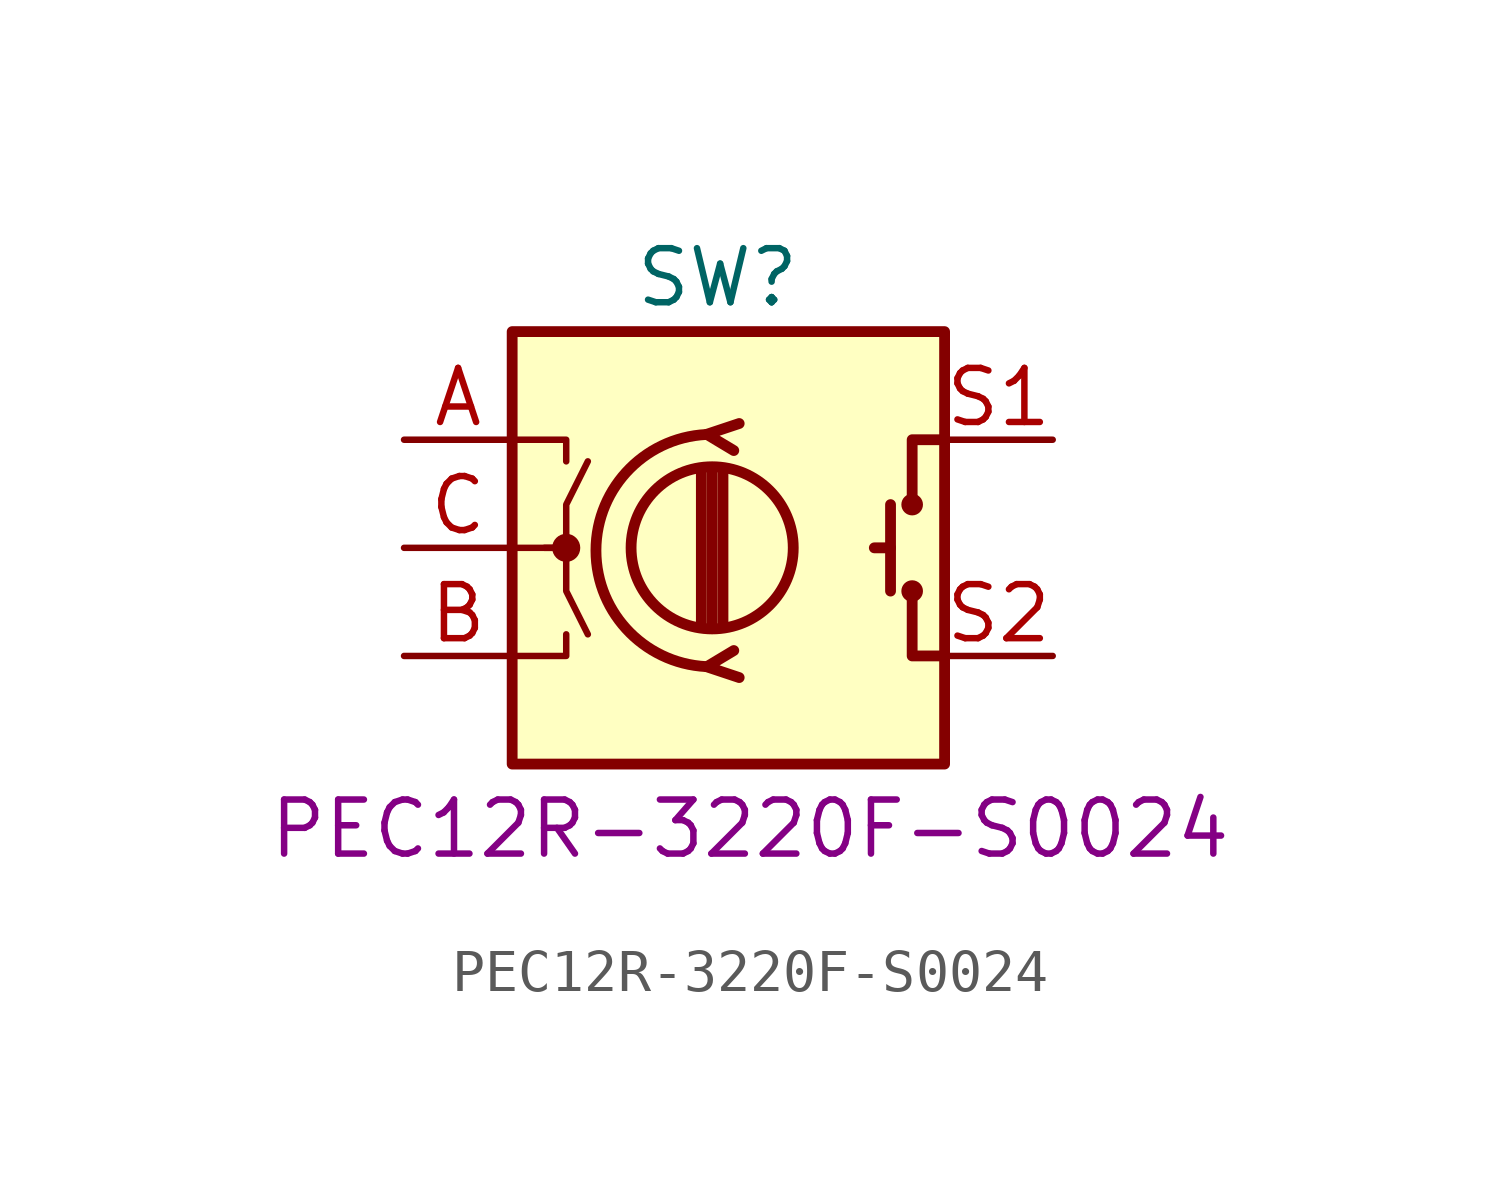
<source format=kicad_sym>
(kicad_symbol_lib
  (version 20231120)
  (generator "kicad_symbol_editor")
  (generator_version "8.0")
  (symbol "PEC12R-3220F-S0024"
    (pin_names hide)
    (property "Reference" "SW"
      (at 7.366 3.81 0)
      (effects (font (size 1.27 1.27))))
    (property "MPN" "PEC12R-3220F-S0024"
      (at 8.128 -9.144 0)
      (effects (font (size 1.27 1.27))))
    (symbol "PEC12R-3220F-S0024_0_1"
      (polyline (pts (xy 6.985 -4.318) (xy 6.985 -0.762)) (stroke (width 0.254) (type default)) (fill (type none)))
      (polyline (pts (xy 7.239 -4.318) (xy 7.239 -0.762)) (stroke (width 0.254) (type default)) (fill (type none)))
      (polyline (pts (xy 7.493 -0.762) (xy 7.493 -4.318)) (stroke (width 0.254) (type default)) (fill (type none)))
      (polyline (pts (xy 11.43 -2.54) (xy 11.049 -2.54)) (stroke (width 0.254) (type default)) (fill (type none)))
      (polyline (pts (xy 11.43 -1.524) (xy 11.43 -3.556)) (stroke (width 0.254) (type default)) (fill (type none)))
      (polyline (pts (xy 2.54 -5.08) (xy 3.81 -5.08) (xy 3.81 -4.572)) (stroke (width 0) (type default)) (fill (type none)))
      (polyline (pts (xy 2.54 0) (xy 3.81 0) (xy 3.81 -0.508)) (stroke (width 0) (type default)) (fill (type none)))
      (polyline (pts (xy 7.874 -5.588) (xy 7.112 -5.334) (xy 7.747 -4.953)) (stroke (width 0.254) (type default)) (fill (type none)))
      (polyline (pts (xy 7.874 0.381) (xy 7.112 0.127) (xy 7.747 -0.254)) (stroke (width 0.254) (type default)) (fill (type none)))
      (polyline (pts (xy 12.7 -5.08) (xy 11.938 -5.08) (xy 11.938 -3.556)) (stroke (width 0.254) (type default)) (fill (type none)))
      (polyline (pts (xy 12.7 0) (xy 11.938 0) (xy 11.938 -1.524)) (stroke (width 0.254) (type default)) (fill (type none)))
      (polyline (pts (xy 2.54 -2.54) (xy 3.81 -2.54) (xy 3.81 -3.556) (xy 4.318 -4.572)) (stroke (width 0) (type default)) (fill (type none)))
      (polyline (pts (xy 3.302 -2.54) (xy 3.81 -2.54) (xy 3.81 -1.524) (xy 4.318 -0.508)) (stroke (width 0) (type default)) (fill (type none)))
      (rectangle (start 2.54 2.54) (end 12.7 -7.62) (stroke (width 0.254) (type default)) (fill (type background)))
      (circle (center 3.81 -2.54) (radius 0.254) (stroke (width 0) (type default)) (fill (type outline)))
      (circle (center 7.239 -2.54) (radius 1.905) (stroke (width 0.254) (type default)) (fill (type none)))
      (arc (start 7.239 0.127) (mid 4.5212 -2.6035) (end 7.239 -5.334) (stroke (width 0.254) (type default)) (fill (type none)))
      (circle (center 11.938 -3.556) (radius 0.127) (stroke (width 0.254) (type default)) (fill (type none)))
      (circle (center 11.938 -1.524) (radius 0.127) (stroke (width 0.254) (type default)) (fill (type none))))
    (symbol "PEC12R-3220F-S0024_1_1"
      (pin passive line (at 0 0 0) (length 2.54) (name "A" (effects (font (size 1.27 1.27)))) (number "A" (effects (font (size 1.27 1.27)))))
      (pin passive line (at 0 -5.08 0) (length 2.54) (name "B" (effects (font (size 1.27 1.27)))) (number "B" (effects (font (size 1.27 1.27)))))
      (pin passive line (at 0 -2.54 0) (length 2.54) (name "C" (effects (font (size 1.27 1.27)))) (number "C" (effects (font (size 1.27 1.27)))))
      (pin passive line (at 15.24 0 180) (length 2.54) (name "S1" (effects (font (size 1.27 1.27)))) (number "S1" (effects (font (size 1.27 1.27)))))
      (pin passive line (at 15.24 -5.08 180) (length 2.54) (name "S2" (effects (font (size 1.27 1.27)))) (number "S2" (effects (font (size 1.27 1.27))))))))
</source>
